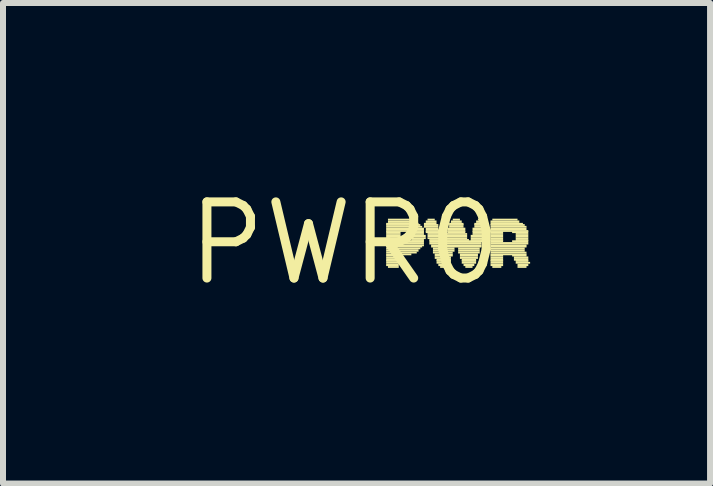
<source format=kicad_pcb>
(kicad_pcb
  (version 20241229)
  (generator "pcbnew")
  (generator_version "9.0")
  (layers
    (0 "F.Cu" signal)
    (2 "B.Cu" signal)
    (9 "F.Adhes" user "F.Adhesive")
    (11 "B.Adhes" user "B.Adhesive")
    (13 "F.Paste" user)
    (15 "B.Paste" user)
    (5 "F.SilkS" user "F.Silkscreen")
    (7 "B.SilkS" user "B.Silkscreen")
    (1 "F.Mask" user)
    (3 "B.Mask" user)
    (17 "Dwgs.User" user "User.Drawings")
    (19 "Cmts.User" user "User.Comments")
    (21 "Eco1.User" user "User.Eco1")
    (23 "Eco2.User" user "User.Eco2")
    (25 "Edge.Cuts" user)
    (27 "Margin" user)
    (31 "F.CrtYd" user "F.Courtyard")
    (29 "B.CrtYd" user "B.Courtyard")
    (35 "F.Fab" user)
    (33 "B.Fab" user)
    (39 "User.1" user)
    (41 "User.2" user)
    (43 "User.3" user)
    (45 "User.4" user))
  (footprint "PWR0"
    (layer "F.Cu")
    (at 2.698 1.006)
    (property "Reference" "PWR0" (at 0 0 0) (layer "F.SilkS") (effects (font (size 1.27 1.27) (thickness 0.15))))
    (fp_poly (pts (xy 0.69 -0.31) (xy 1.23 -0.31) (xy 1.23 -0.34) (xy 0.69 -0.34)) (stroke (width 0) (type solid)) (fill yes) (layer "F.SilkS"))
    (fp_poly (pts (xy 0.69 -0.29) (xy 1.26 -0.29) (xy 1.26 -0.32) (xy 0.69 -0.32)) (stroke (width 0) (type solid)) (fill yes) (layer "F.SilkS"))
    (fp_poly (pts (xy 0.69 -0.26) (xy 1.29 -0.26) (xy 1.29 -0.29) (xy 0.69 -0.29)) (stroke (width 0) (type solid)) (fill yes) (layer "F.SilkS"))
    (fp_poly (pts (xy 0.69 -0.22) (xy 1.32 -0.22) (xy 1.32 -0.26) (xy 0.69 -0.26)) (stroke (width 0) (type solid)) (fill yes) (layer "F.SilkS"))
    (fp_poly (pts (xy 0.69 -0.19) (xy 1.32 -0.19) (xy 1.32 -0.22) (xy 0.69 -0.22)) (stroke (width 0) (type solid)) (fill yes) (layer "F.SilkS"))
    (fp_poly (pts (xy 0.69 -0.17) (xy 0.93 -0.17) (xy 0.93 -0.2) (xy 0.69 -0.2)) (stroke (width 0) (type solid)) (fill yes) (layer "F.SilkS"))
    (fp_poly (pts (xy 0.69 -0.14) (xy 0.93 -0.14) (xy 0.93 -0.17) (xy 0.69 -0.17)) (stroke (width 0) (type solid)) (fill yes) (layer "F.SilkS"))
    (fp_poly (pts (xy 0.69 -0.1) (xy 0.93 -0.1) (xy 0.93 -0.14) (xy 0.69 -0.14)) (stroke (width 0) (type solid)) (fill yes) (layer "F.SilkS"))
    (fp_poly (pts (xy 0.69 -0.07) (xy 0.93 -0.07) (xy 0.93 -0.1) (xy 0.69 -0.1)) (stroke (width 0) (type solid)) (fill yes) (layer "F.SilkS"))
    (fp_poly (pts (xy 0.69 -0.04) (xy 0.93 -0.04) (xy 0.93 -0.07) (xy 0.69 -0.07)) (stroke (width 0) (type solid)) (fill yes) (layer "F.SilkS"))
    (fp_poly (pts (xy 0.69 -0.02) (xy 0.93 -0.02) (xy 0.93 -0.05) (xy 0.69 -0.05)) (stroke (width 0) (type solid)) (fill yes) (layer "F.SilkS"))
    (fp_poly (pts (xy 0.69 0.02) (xy 1.32 0.02) (xy 1.32 -0.02) (xy 0.69 -0.02)) (stroke (width 0) (type solid)) (fill yes) (layer "F.SilkS"))
    (fp_poly (pts (xy 0.69 0.05) (xy 1.32 0.05) (xy 1.32 0.02) (xy 0.69 0.02)) (stroke (width 0) (type solid)) (fill yes) (layer "F.SilkS"))
    (fp_poly (pts (xy 0.69 0.07) (xy 1.29 0.07) (xy 1.29 0.04) (xy 0.69 0.04)) (stroke (width 0) (type solid)) (fill yes) (layer "F.SilkS"))
    (fp_poly (pts (xy 0.69 0.1) (xy 1.26 0.1) (xy 1.26 0.07) (xy 0.69 0.07)) (stroke (width 0) (type solid)) (fill yes) (layer "F.SilkS"))
    (fp_poly (pts (xy 0.69 0.14) (xy 1.23 0.14) (xy 1.23 0.1) (xy 0.69 0.1)) (stroke (width 0) (type solid)) (fill yes) (layer "F.SilkS"))
    (fp_poly (pts (xy 0.69 0.17) (xy 1.2 0.17) (xy 1.2 0.14) (xy 0.69 0.14)) (stroke (width 0) (type solid)) (fill yes) (layer "F.SilkS"))
    (fp_poly (pts (xy 0.69 0.2) (xy 1.11 0.2) (xy 1.11 0.17) (xy 0.69 0.17)) (stroke (width 0) (type solid)) (fill yes) (layer "F.SilkS"))
    (fp_poly (pts (xy 0.69 0.22) (xy 0.93 0.22) (xy 0.93 0.19) (xy 0.69 0.19)) (stroke (width 0) (type solid)) (fill yes) (layer "F.SilkS"))
    (fp_poly (pts (xy 0.69 0.26) (xy 0.93 0.26) (xy 0.93 0.22) (xy 0.69 0.22)) (stroke (width 0) (type solid)) (fill yes) (layer "F.SilkS"))
    (fp_poly (pts (xy 0.69 0.29) (xy 0.93 0.29) (xy 0.93 0.26) (xy 0.69 0.26)) (stroke (width 0) (type solid)) (fill yes) (layer "F.SilkS"))
    (fp_poly (pts (xy 0.69 0.31) (xy 0.93 0.31) (xy 0.93 0.28) (xy 0.69 0.28)) (stroke (width 0) (type solid)) (fill yes) (layer "F.SilkS"))
    (fp_poly (pts (xy 0.69 0.34) (xy 0.9 0.34) (xy 0.9 0.31) (xy 0.69 0.31)) (stroke (width 0) (type solid)) (fill yes) (layer "F.SilkS"))
    (fp_poly (pts (xy 0.69 0.38) (xy 0.9 0.38) (xy 0.9 0.34) (xy 0.69 0.34)) (stroke (width 0) (type solid)) (fill yes) (layer "F.SilkS"))
    (fp_poly (pts (xy 0.72 -0.38) (xy 1.14 -0.38) (xy 1.14 -0.41) (xy 0.72 -0.41)) (stroke (width 0) (type solid)) (fill yes) (layer "F.SilkS"))
    (fp_poly (pts (xy 0.72 -0.34) (xy 1.2 -0.34) (xy 1.2 -0.38) (xy 0.72 -0.38)) (stroke (width 0) (type solid)) (fill yes) (layer "F.SilkS"))
    (fp_poly (pts (xy 0.72 0.41) (xy 0.9 0.41) (xy 0.9 0.38) (xy 0.72 0.38)) (stroke (width 0) (type solid)) (fill yes) (layer "F.SilkS"))
    (fp_poly (pts (xy 1.05 -0.17) (xy 1.32 -0.17) (xy 1.32 -0.2) (xy 1.05 -0.2)) (stroke (width 0) (type solid)) (fill yes) (layer "F.SilkS"))
    (fp_poly (pts (xy 1.05 -0.02) (xy 1.32 -0.02) (xy 1.32 -0.05) (xy 1.05 -0.05)) (stroke (width 0) (type solid)) (fill yes) (layer "F.SilkS"))
    (fp_poly (pts (xy 1.11 -0.14) (xy 1.32 -0.14) (xy 1.32 -0.17) (xy 1.11 -0.17)) (stroke (width 0) (type solid)) (fill yes) (layer "F.SilkS"))
    (fp_poly (pts (xy 1.11 -0.1) (xy 1.35 -0.1) (xy 1.35 -0.14) (xy 1.11 -0.14)) (stroke (width 0) (type solid)) (fill yes) (layer "F.SilkS"))
    (fp_poly (pts (xy 1.11 -0.07) (xy 1.35 -0.07) (xy 1.35 -0.1) (xy 1.11 -0.1)) (stroke (width 0) (type solid)) (fill yes) (layer "F.SilkS"))
    (fp_poly (pts (xy 1.11 -0.04) (xy 1.32 -0.04) (xy 1.32 -0.07) (xy 1.11 -0.07)) (stroke (width 0) (type solid)) (fill yes) (layer "F.SilkS"))
    (fp_poly (pts (xy 1.32 -0.31) (xy 1.53 -0.31) (xy 1.53 -0.34) (xy 1.32 -0.34)) (stroke (width 0) (type solid)) (fill yes) (layer "F.SilkS"))
    (fp_poly (pts (xy 1.32 -0.29) (xy 1.56 -0.29) (xy 1.56 -0.32) (xy 1.32 -0.32)) (stroke (width 0) (type solid)) (fill yes) (layer "F.SilkS"))
    (fp_poly (pts (xy 1.32 -0.26) (xy 1.56 -0.26) (xy 1.56 -0.29) (xy 1.32 -0.29)) (stroke (width 0) (type solid)) (fill yes) (layer "F.SilkS"))
    (fp_poly (pts (xy 1.35 -0.34) (xy 1.53 -0.34) (xy 1.53 -0.38) (xy 1.35 -0.38)) (stroke (width 0) (type solid)) (fill yes) (layer "F.SilkS"))
    (fp_poly (pts (xy 1.35 -0.22) (xy 1.56 -0.22) (xy 1.56 -0.26) (xy 1.35 -0.26)) (stroke (width 0) (type solid)) (fill yes) (layer "F.SilkS"))
    (fp_poly (pts (xy 1.35 -0.19) (xy 1.59 -0.19) (xy 1.59 -0.22) (xy 1.35 -0.22)) (stroke (width 0) (type solid)) (fill yes) (layer "F.SilkS"))
    (fp_poly (pts (xy 1.35 -0.17) (xy 1.59 -0.17) (xy 1.59 -0.2) (xy 1.35 -0.2)) (stroke (width 0) (type solid)) (fill yes) (layer "F.SilkS"))
    (fp_poly (pts (xy 1.38 -0.38) (xy 1.5 -0.38) (xy 1.5 -0.41) (xy 1.38 -0.41)) (stroke (width 0) (type solid)) (fill yes) (layer "F.SilkS"))
    (fp_poly (pts (xy 1.38 -0.14) (xy 1.59 -0.14) (xy 1.59 -0.17) (xy 1.38 -0.17)) (stroke (width 0) (type solid)) (fill yes) (layer "F.SilkS"))
    (fp_poly (pts (xy 1.38 -0.1) (xy 1.62 -0.1) (xy 1.62 -0.14) (xy 1.38 -0.14)) (stroke (width 0) (type solid)) (fill yes) (layer "F.SilkS"))
    (fp_poly (pts (xy 1.38 -0.07) (xy 1.62 -0.07) (xy 1.62 -0.1) (xy 1.38 -0.1)) (stroke (width 0) (type solid)) (fill yes) (layer "F.SilkS"))
    (fp_poly (pts (xy 1.41 -0.04) (xy 1.62 -0.04) (xy 1.62 -0.07) (xy 1.41 -0.07)) (stroke (width 0) (type solid)) (fill yes) (layer "F.SilkS"))
    (fp_poly (pts (xy 1.41 -0.02) (xy 2.31 -0.02) (xy 2.31 -0.05) (xy 1.41 -0.05)) (stroke (width 0) (type solid)) (fill yes) (layer "F.SilkS"))
    (fp_poly (pts (xy 1.41 0.02) (xy 2.28 0.02) (xy 2.28 -0.02) (xy 1.41 -0.02)) (stroke (width 0) (type solid)) (fill yes) (layer "F.SilkS"))
    (fp_poly (pts (xy 1.44 0.05) (xy 2.28 0.05) (xy 2.28 0.02) (xy 1.44 0.02)) (stroke (width 0) (type solid)) (fill yes) (layer "F.SilkS"))
    (fp_poly (pts (xy 1.44 0.07) (xy 2.28 0.07) (xy 2.28 0.04) (xy 1.44 0.04)) (stroke (width 0) (type solid)) (fill yes) (layer "F.SilkS"))
    (fp_poly (pts (xy 1.47 0.1) (xy 1.83 0.1) (xy 1.83 0.07) (xy 1.47 0.07)) (stroke (width 0) (type solid)) (fill yes) (layer "F.SilkS"))
    (fp_poly (pts (xy 1.47 0.14) (xy 1.83 0.14) (xy 1.83 0.1) (xy 1.47 0.1)) (stroke (width 0) (type solid)) (fill yes) (layer "F.SilkS"))
    (fp_poly (pts (xy 1.47 0.17) (xy 1.8 0.17) (xy 1.8 0.14) (xy 1.47 0.14)) (stroke (width 0) (type solid)) (fill yes) (layer "F.SilkS"))
    (fp_poly (pts (xy 1.5 0.2) (xy 1.8 0.2) (xy 1.8 0.17) (xy 1.5 0.17)) (stroke (width 0) (type solid)) (fill yes) (layer "F.SilkS"))
    (fp_poly (pts (xy 1.5 0.22) (xy 1.8 0.22) (xy 1.8 0.19) (xy 1.5 0.19)) (stroke (width 0) (type solid)) (fill yes) (layer "F.SilkS"))
    (fp_poly (pts (xy 1.5 0.26) (xy 1.77 0.26) (xy 1.77 0.22) (xy 1.5 0.22)) (stroke (width 0) (type solid)) (fill yes) (layer "F.SilkS"))
    (fp_poly (pts (xy 1.53 0.29) (xy 1.77 0.29) (xy 1.77 0.26) (xy 1.53 0.26)) (stroke (width 0) (type solid)) (fill yes) (layer "F.SilkS"))
    (fp_poly (pts (xy 1.53 0.31) (xy 1.77 0.31) (xy 1.77 0.28) (xy 1.53 0.28)) (stroke (width 0) (type solid)) (fill yes) (layer "F.SilkS"))
    (fp_poly (pts (xy 1.53 0.34) (xy 1.74 0.34) (xy 1.74 0.31) (xy 1.53 0.31)) (stroke (width 0) (type solid)) (fill yes) (layer "F.SilkS"))
    (fp_poly (pts (xy 1.56 0.38) (xy 1.74 0.38) (xy 1.74 0.34) (xy 1.56 0.34)) (stroke (width 0) (type solid)) (fill yes) (layer "F.SilkS"))
    (fp_poly (pts (xy 1.59 0.41) (xy 1.71 0.41) (xy 1.71 0.38) (xy 1.59 0.38)) (stroke (width 0) (type solid)) (fill yes) (layer "F.SilkS"))
    (fp_poly (pts (xy 1.65 -0.04) (xy 2.07 -0.04) (xy 2.07 -0.07) (xy 1.65 -0.07)) (stroke (width 0) (type solid)) (fill yes) (layer "F.SilkS"))
    (fp_poly (pts (xy 1.68 -0.14) (xy 2.04 -0.14) (xy 2.04 -0.17) (xy 1.68 -0.17)) (stroke (width 0) (type solid)) (fill yes) (layer "F.SilkS"))
    (fp_poly (pts (xy 1.68 -0.1) (xy 2.04 -0.1) (xy 2.04 -0.14) (xy 1.68 -0.14)) (stroke (width 0) (type solid)) (fill yes) (layer "F.SilkS"))
    (fp_poly (pts (xy 1.68 -0.07) (xy 2.04 -0.07) (xy 2.04 -0.1) (xy 1.68 -0.1)) (stroke (width 0) (type solid)) (fill yes) (layer "F.SilkS"))
    (fp_poly (pts (xy 1.71 -0.22) (xy 2.01 -0.22) (xy 2.01 -0.26) (xy 1.71 -0.26)) (stroke (width 0) (type solid)) (fill yes) (layer "F.SilkS"))
    (fp_poly (pts (xy 1.71 -0.19) (xy 2.01 -0.19) (xy 2.01 -0.22) (xy 1.71 -0.22)) (stroke (width 0) (type solid)) (fill yes) (layer "F.SilkS"))
    (fp_poly (pts (xy 1.71 -0.17) (xy 2.01 -0.17) (xy 2.01 -0.2) (xy 1.71 -0.2)) (stroke (width 0) (type solid)) (fill yes) (layer "F.SilkS"))
    (fp_poly (pts (xy 1.74 -0.31) (xy 1.98 -0.31) (xy 1.98 -0.34) (xy 1.74 -0.34)) (stroke (width 0) (type solid)) (fill yes) (layer "F.SilkS"))
    (fp_poly (pts (xy 1.74 -0.29) (xy 1.98 -0.29) (xy 1.98 -0.32) (xy 1.74 -0.32)) (stroke (width 0) (type solid)) (fill yes) (layer "F.SilkS"))
    (fp_poly (pts (xy 1.74 -0.26) (xy 1.98 -0.26) (xy 1.98 -0.29) (xy 1.74 -0.29)) (stroke (width 0) (type solid)) (fill yes) (layer "F.SilkS"))
    (fp_poly (pts (xy 1.77 -0.34) (xy 1.95 -0.34) (xy 1.95 -0.38) (xy 1.77 -0.38)) (stroke (width 0) (type solid)) (fill yes) (layer "F.SilkS"))
    (fp_poly (pts (xy 1.8 -0.38) (xy 1.92 -0.38) (xy 1.92 -0.41) (xy 1.8 -0.41)) (stroke (width 0) (type solid)) (fill yes) (layer "F.SilkS"))
    (fp_poly (pts (xy 1.89 0.1) (xy 2.25 0.1) (xy 2.25 0.07) (xy 1.89 0.07)) (stroke (width 0) (type solid)) (fill yes) (layer "F.SilkS"))
    (fp_poly (pts (xy 1.89 0.14) (xy 2.25 0.14) (xy 2.25 0.1) (xy 1.89 0.1)) (stroke (width 0) (type solid)) (fill yes) (layer "F.SilkS"))
    (fp_poly (pts (xy 1.89 0.17) (xy 2.25 0.17) (xy 2.25 0.14) (xy 1.89 0.14)) (stroke (width 0) (type solid)) (fill yes) (layer "F.SilkS"))
    (fp_poly (pts (xy 1.92 0.2) (xy 2.22 0.2) (xy 2.22 0.17) (xy 1.92 0.17)) (stroke (width 0) (type solid)) (fill yes) (layer "F.SilkS"))
    (fp_poly (pts (xy 1.92 0.22) (xy 2.22 0.22) (xy 2.22 0.19) (xy 1.92 0.19)) (stroke (width 0) (type solid)) (fill yes) (layer "F.SilkS"))
    (fp_poly (pts (xy 1.92 0.26) (xy 2.22 0.26) (xy 2.22 0.22) (xy 1.92 0.22)) (stroke (width 0) (type solid)) (fill yes) (layer "F.SilkS"))
    (fp_poly (pts (xy 1.95 0.29) (xy 2.19 0.29) (xy 2.19 0.26) (xy 1.95 0.26)) (stroke (width 0) (type solid)) (fill yes) (layer "F.SilkS"))
    (fp_poly (pts (xy 1.95 0.31) (xy 2.19 0.31) (xy 2.19 0.28) (xy 1.95 0.28)) (stroke (width 0) (type solid)) (fill yes) (layer "F.SilkS"))
    (fp_poly (pts (xy 1.95 0.34) (xy 2.19 0.34) (xy 2.19 0.31) (xy 1.95 0.31)) (stroke (width 0) (type solid)) (fill yes) (layer "F.SilkS"))
    (fp_poly (pts (xy 1.98 0.38) (xy 2.16 0.38) (xy 2.16 0.34) (xy 1.98 0.34)) (stroke (width 0) (type solid)) (fill yes) (layer "F.SilkS"))
    (fp_poly (pts (xy 2.01 0.41) (xy 2.13 0.41) (xy 2.13 0.38) (xy 2.01 0.38)) (stroke (width 0) (type solid)) (fill yes) (layer "F.SilkS"))
    (fp_poly (pts (xy 2.1 -0.1) (xy 2.34 -0.1) (xy 2.34 -0.14) (xy 2.1 -0.14)) (stroke (width 0) (type solid)) (fill yes) (layer "F.SilkS"))
    (fp_poly (pts (xy 2.1 -0.07) (xy 2.31 -0.07) (xy 2.31 -0.1) (xy 2.1 -0.1)) (stroke (width 0) (type solid)) (fill yes) (layer "F.SilkS"))
    (fp_poly (pts (xy 2.1 -0.04) (xy 2.31 -0.04) (xy 2.31 -0.07) (xy 2.1 -0.07)) (stroke (width 0) (type solid)) (fill yes) (layer "F.SilkS"))
    (fp_poly (pts (xy 2.13 -0.22) (xy 2.37 -0.22) (xy 2.37 -0.26) (xy 2.13 -0.26)) (stroke (width 0) (type solid)) (fill yes) (layer "F.SilkS"))
    (fp_poly (pts (xy 2.13 -0.19) (xy 2.37 -0.19) (xy 2.37 -0.22) (xy 2.13 -0.22)) (stroke (width 0) (type solid)) (fill yes) (layer "F.SilkS"))
    (fp_poly (pts (xy 2.13 -0.17) (xy 2.37 -0.17) (xy 2.37 -0.2) (xy 2.13 -0.2)) (stroke (width 0) (type solid)) (fill yes) (layer "F.SilkS"))
    (fp_poly (pts (xy 2.13 -0.14) (xy 2.34 -0.14) (xy 2.34 -0.17) (xy 2.13 -0.17)) (stroke (width 0) (type solid)) (fill yes) (layer "F.SilkS"))
    (fp_poly (pts (xy 2.16 -0.31) (xy 2.4 -0.31) (xy 2.4 -0.34) (xy 2.16 -0.34)) (stroke (width 0) (type solid)) (fill yes) (layer "F.SilkS"))
    (fp_poly (pts (xy 2.16 -0.29) (xy 2.4 -0.29) (xy 2.4 -0.32) (xy 2.16 -0.32)) (stroke (width 0) (type solid)) (fill yes) (layer "F.SilkS"))
    (fp_poly (pts (xy 2.16 -0.26) (xy 2.4 -0.26) (xy 2.4 -0.29) (xy 2.16 -0.29)) (stroke (width 0) (type solid)) (fill yes) (layer "F.SilkS"))
    (fp_poly (pts (xy 2.19 -0.34) (xy 2.37 -0.34) (xy 2.37 -0.38) (xy 2.19 -0.38)) (stroke (width 0) (type solid)) (fill yes) (layer "F.SilkS"))
    (fp_poly (pts (xy 2.22 -0.38) (xy 2.34 -0.38) (xy 2.34 -0.41) (xy 2.22 -0.41)) (stroke (width 0) (type solid)) (fill yes) (layer "F.SilkS"))
    (fp_poly (pts (xy 2.43 -0.34) (xy 2.91 -0.34) (xy 2.91 -0.38) (xy 2.43 -0.38)) (stroke (width 0) (type solid)) (fill yes) (layer "F.SilkS"))
    (fp_poly (pts (xy 2.43 -0.31) (xy 2.97 -0.31) (xy 2.97 -0.34) (xy 2.43 -0.34)) (stroke (width 0) (type solid)) (fill yes) (layer "F.SilkS"))
    (fp_poly (pts (xy 2.43 -0.29) (xy 3 -0.29) (xy 3 -0.32) (xy 2.43 -0.32)) (stroke (width 0) (type solid)) (fill yes) (layer "F.SilkS"))
    (fp_poly (pts (xy 2.43 -0.26) (xy 3.03 -0.26) (xy 3.03 -0.29) (xy 2.43 -0.29)) (stroke (width 0) (type solid)) (fill yes) (layer "F.SilkS"))
    (fp_poly (pts (xy 2.43 -0.22) (xy 3.03 -0.22) (xy 3.03 -0.26) (xy 2.43 -0.26)) (stroke (width 0) (type solid)) (fill yes) (layer "F.SilkS"))
    (fp_poly (pts (xy 2.43 -0.19) (xy 3.06 -0.19) (xy 3.06 -0.22) (xy 2.43 -0.22)) (stroke (width 0) (type solid)) (fill yes) (layer "F.SilkS"))
    (fp_poly (pts (xy 2.43 -0.17) (xy 2.64 -0.17) (xy 2.64 -0.2) (xy 2.43 -0.2)) (stroke (width 0) (type solid)) (fill yes) (layer "F.SilkS"))
    (fp_poly (pts (xy 2.43 -0.14) (xy 2.64 -0.14) (xy 2.64 -0.17) (xy 2.43 -0.17)) (stroke (width 0) (type solid)) (fill yes) (layer "F.SilkS"))
    (fp_poly (pts (xy 2.43 -0.1) (xy 2.64 -0.1) (xy 2.64 -0.14) (xy 2.43 -0.14)) (stroke (width 0) (type solid)) (fill yes) (layer "F.SilkS"))
    (fp_poly (pts (xy 2.43 -0.07) (xy 2.64 -0.07) (xy 2.64 -0.1) (xy 2.43 -0.1)) (stroke (width 0) (type solid)) (fill yes) (layer "F.SilkS"))
    (fp_poly (pts (xy 2.43 -0.04) (xy 2.64 -0.04) (xy 2.64 -0.07) (xy 2.43 -0.07)) (stroke (width 0) (type solid)) (fill yes) (layer "F.SilkS"))
    (fp_poly (pts (xy 2.43 -0.02) (xy 2.64 -0.02) (xy 2.64 -0.05) (xy 2.43 -0.05)) (stroke (width 0) (type solid)) (fill yes) (layer "F.SilkS"))
    (fp_poly (pts (xy 2.43 0.02) (xy 3.06 0.02) (xy 3.06 -0.02) (xy 2.43 -0.02)) (stroke (width 0) (type solid)) (fill yes) (layer "F.SilkS"))
    (fp_poly (pts (xy 2.43 0.05) (xy 3.03 0.05) (xy 3.03 0.02) (xy 2.43 0.02)) (stroke (width 0) (type solid)) (fill yes) (layer "F.SilkS"))
    (fp_poly (pts (xy 2.43 0.07) (xy 3.03 0.07) (xy 3.03 0.04) (xy 2.43 0.04)) (stroke (width 0) (type solid)) (fill yes) (layer "F.SilkS"))
    (fp_poly (pts (xy 2.43 0.1) (xy 3 0.1) (xy 3 0.07) (xy 2.43 0.07)) (stroke (width 0) (type solid)) (fill yes) (layer "F.SilkS"))
    (fp_poly (pts (xy 2.43 0.14) (xy 3 0.14) (xy 3 0.1) (xy 2.43 0.1)) (stroke (width 0) (type solid)) (fill yes) (layer "F.SilkS"))
    (fp_poly (pts (xy 2.43 0.17) (xy 3.03 0.17) (xy 3.03 0.14) (xy 2.43 0.14)) (stroke (width 0) (type solid)) (fill yes) (layer "F.SilkS"))
    (fp_poly (pts (xy 2.43 0.2) (xy 3.03 0.2) (xy 3.03 0.17) (xy 2.43 0.17)) (stroke (width 0) (type solid)) (fill yes) (layer "F.SilkS"))
    (fp_poly (pts (xy 2.43 0.22) (xy 2.64 0.22) (xy 2.64 0.19) (xy 2.43 0.19)) (stroke (width 0) (type solid)) (fill yes) (layer "F.SilkS"))
    (fp_poly (pts (xy 2.43 0.26) (xy 2.64 0.26) (xy 2.64 0.22) (xy 2.43 0.22)) (stroke (width 0) (type solid)) (fill yes) (layer "F.SilkS"))
    (fp_poly (pts (xy 2.43 0.29) (xy 2.64 0.29) (xy 2.64 0.26) (xy 2.43 0.26)) (stroke (width 0) (type solid)) (fill yes) (layer "F.SilkS"))
    (fp_poly (pts (xy 2.43 0.31) (xy 2.64 0.31) (xy 2.64 0.28) (xy 2.43 0.28)) (stroke (width 0) (type solid)) (fill yes) (layer "F.SilkS"))
    (fp_poly (pts (xy 2.43 0.34) (xy 2.64 0.34) (xy 2.64 0.31) (xy 2.43 0.31)) (stroke (width 0) (type solid)) (fill yes) (layer "F.SilkS"))
    (fp_poly (pts (xy 2.43 0.38) (xy 2.64 0.38) (xy 2.64 0.34) (xy 2.43 0.34)) (stroke (width 0) (type solid)) (fill yes) (layer "F.SilkS"))
    (fp_poly (pts (xy 2.46 -0.38) (xy 2.88 -0.38) (xy 2.88 -0.41) (xy 2.46 -0.41)) (stroke (width 0) (type solid)) (fill yes) (layer "F.SilkS"))
    (fp_poly (pts (xy 2.46 0.41) (xy 2.61 0.41) (xy 2.61 0.38) (xy 2.46 0.38)) (stroke (width 0) (type solid)) (fill yes) (layer "F.SilkS"))
    (fp_poly (pts (xy 2.79 -0.17) (xy 3.06 -0.17) (xy 3.06 -0.2) (xy 2.79 -0.2)) (stroke (width 0) (type solid)) (fill yes) (layer "F.SilkS"))
    (fp_poly (pts (xy 2.79 -0.02) (xy 3.06 -0.02) (xy 3.06 -0.05) (xy 2.79 -0.05)) (stroke (width 0) (type solid)) (fill yes) (layer "F.SilkS"))
    (fp_poly (pts (xy 2.79 0.22) (xy 3.03 0.22) (xy 3.03 0.19) (xy 2.79 0.19)) (stroke (width 0) (type solid)) (fill yes) (layer "F.SilkS"))
    (fp_poly (pts (xy 2.82 0.26) (xy 3.06 0.26) (xy 3.06 0.22) (xy 2.82 0.22)) (stroke (width 0) (type solid)) (fill yes) (layer "F.SilkS"))
    (fp_poly (pts (xy 2.82 0.29) (xy 3.06 0.29) (xy 3.06 0.26) (xy 2.82 0.26)) (stroke (width 0) (type solid)) (fill yes) (layer "F.SilkS"))
    (fp_poly (pts (xy 2.85 -0.14) (xy 3.06 -0.14) (xy 3.06 -0.17) (xy 2.85 -0.17)) (stroke (width 0) (type solid)) (fill yes) (layer "F.SilkS"))
    (fp_poly (pts (xy 2.85 -0.1) (xy 3.06 -0.1) (xy 3.06 -0.14) (xy 2.85 -0.14)) (stroke (width 0) (type solid)) (fill yes) (layer "F.SilkS"))
    (fp_poly (pts (xy 2.85 -0.07) (xy 3.06 -0.07) (xy 3.06 -0.1) (xy 2.85 -0.1)) (stroke (width 0) (type solid)) (fill yes) (layer "F.SilkS"))
    (fp_poly (pts (xy 2.85 -0.04) (xy 3.06 -0.04) (xy 3.06 -0.07) (xy 2.85 -0.07)) (stroke (width 0) (type solid)) (fill yes) (layer "F.SilkS"))
    (fp_poly (pts (xy 2.85 0.31) (xy 3.06 0.31) (xy 3.06 0.28) (xy 2.85 0.28)) (stroke (width 0) (type solid)) (fill yes) (layer "F.SilkS"))
    (fp_poly (pts (xy 2.85 0.34) (xy 3.09 0.34) (xy 3.09 0.31) (xy 2.85 0.31)) (stroke (width 0) (type solid)) (fill yes) (layer "F.SilkS"))
    (fp_poly (pts (xy 2.88 0.38) (xy 3.06 0.38) (xy 3.06 0.34) (xy 2.88 0.34)) (stroke (width 0) (type solid)) (fill yes) (layer "F.SilkS"))
    (fp_poly (pts (xy 2.88 0.41) (xy 3.03 0.41) (xy 3.03 0.38) (xy 2.88 0.38)) (stroke (width 0) (type solid)) (fill yes) (layer "F.SilkS")))
  (gr_rect
    (start -3 -3)
    (end 8.788 5.012)
    (stroke (width 0.1) (type default))
    (fill no)
    (layer "Edge.Cuts")))
</source>
